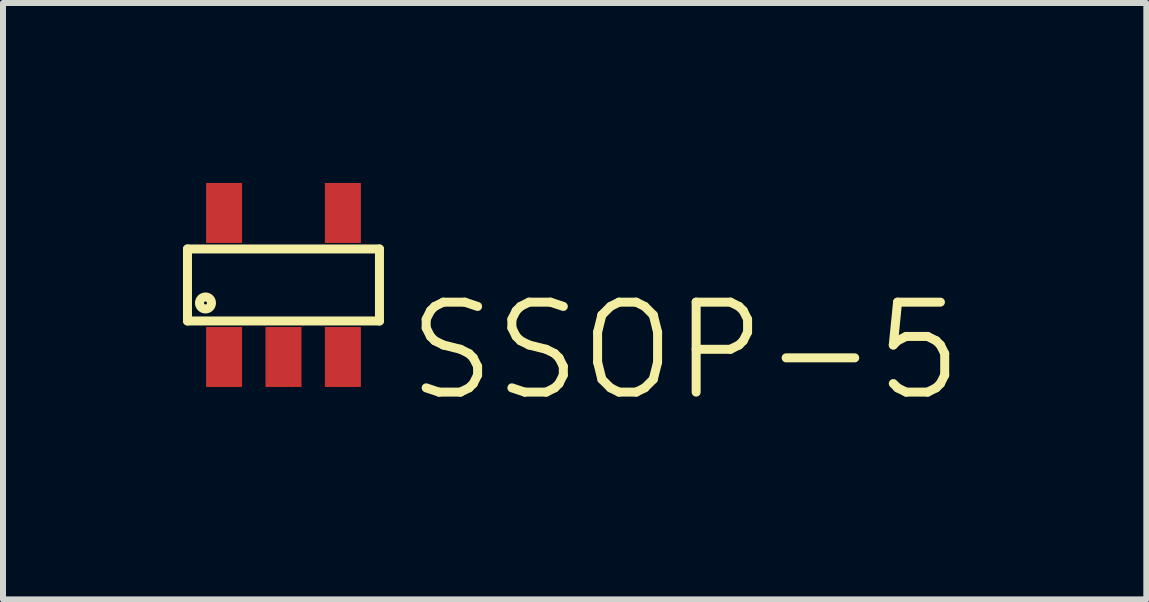
<source format=kicad_pcb>
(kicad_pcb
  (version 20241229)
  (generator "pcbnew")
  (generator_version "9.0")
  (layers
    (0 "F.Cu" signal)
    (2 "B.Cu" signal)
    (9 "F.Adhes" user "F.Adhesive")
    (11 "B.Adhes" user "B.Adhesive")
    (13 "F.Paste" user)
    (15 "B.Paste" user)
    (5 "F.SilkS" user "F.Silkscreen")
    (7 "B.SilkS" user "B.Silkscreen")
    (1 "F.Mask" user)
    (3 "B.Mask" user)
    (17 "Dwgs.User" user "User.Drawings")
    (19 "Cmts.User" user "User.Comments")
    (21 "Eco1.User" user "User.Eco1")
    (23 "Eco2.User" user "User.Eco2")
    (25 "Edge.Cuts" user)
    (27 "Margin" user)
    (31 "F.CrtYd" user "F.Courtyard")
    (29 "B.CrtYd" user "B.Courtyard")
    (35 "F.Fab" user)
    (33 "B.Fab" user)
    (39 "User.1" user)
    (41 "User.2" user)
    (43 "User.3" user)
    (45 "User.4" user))
  (footprint "SSOP-5"
    (layer "F.Cu")
    (at 1.675 1.7)
    (property "Reference" "SSOP-5" (at 6.7 1.1 0) (layer "F.SilkS") (effects (font (size 1.5 1.5) (thickness 0.15))))
    (attr through_hole)
    (fp_line (start -1.6 -0.6) (end -1.6 0.6) (stroke (width 0.15) (type solid)) (layer "F.SilkS"))
    (fp_line (start -1.6 0.6) (end 1.6 0.6) (stroke (width 0.15) (type solid)) (layer "F.SilkS"))
    (fp_line (start 1.6 -0.6) (end -1.6 -0.6) (stroke (width 0.15) (type solid)) (layer "F.SilkS"))
    (fp_line (start 1.6 0.6) (end 1.6 -0.6) (stroke (width 0.15) (type solid)) (layer "F.SilkS"))
    (fp_circle (center -1.3 0.3) (end -1.3 0.2) (stroke (width 0.15) (type solid)) (fill no) (layer "F.SilkS"))
    (pad "1" smd rect (at -0.99 1.2) (size 0.6 1) (layers "F.Cu" "F.Mask" "F.Paste"))
    (pad "2" smd rect (at 0 1.2) (size 0.6 1) (layers "F.Cu" "F.Mask" "F.Paste"))
    (pad "3" smd rect (at 0.99 1.2) (size 0.6 1) (layers "F.Cu" "F.Mask" "F.Paste"))
    (pad "4" smd rect (at 0.99 -1.2) (size 0.6 1) (layers "F.Cu" "F.Mask" "F.Paste"))
    (pad "5" smd rect (at -0.99 -1.2) (size 0.6 1) (layers "F.Cu" "F.Mask" "F.Paste")))
  (gr_rect
    (start -3 -3)
    (end 16.057 6.941)
    (stroke (width 0.1) (type default))
    (fill no)
    (layer "Edge.Cuts")))
</source>
